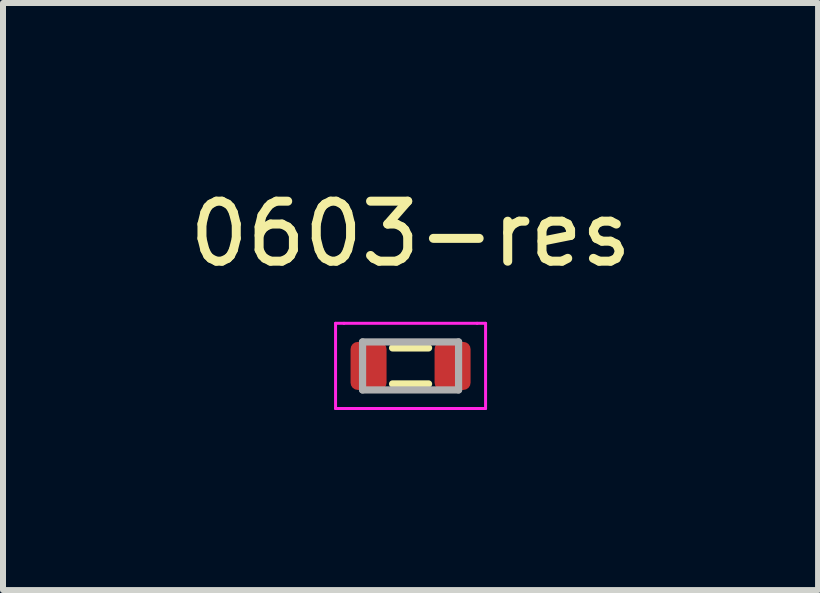
<source format=kicad_pcb>
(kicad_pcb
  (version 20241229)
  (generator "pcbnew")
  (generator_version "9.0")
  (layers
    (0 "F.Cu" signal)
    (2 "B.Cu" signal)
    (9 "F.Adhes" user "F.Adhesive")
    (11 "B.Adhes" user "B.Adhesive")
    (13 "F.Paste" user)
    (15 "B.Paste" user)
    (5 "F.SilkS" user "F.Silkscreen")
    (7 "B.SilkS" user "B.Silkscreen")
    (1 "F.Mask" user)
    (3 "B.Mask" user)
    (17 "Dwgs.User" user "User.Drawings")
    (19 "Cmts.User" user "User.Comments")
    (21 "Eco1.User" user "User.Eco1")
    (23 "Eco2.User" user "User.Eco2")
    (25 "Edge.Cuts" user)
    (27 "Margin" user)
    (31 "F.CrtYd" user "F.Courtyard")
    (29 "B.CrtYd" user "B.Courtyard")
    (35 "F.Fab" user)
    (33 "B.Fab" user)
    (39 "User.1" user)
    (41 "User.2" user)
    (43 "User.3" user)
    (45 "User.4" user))
  (footprint "0603-res"
    (layer "F.Cu")
    (at 3.792 3.048)
    (property "Reference" "0603-res" (at 0 -2.2 0) (layer "F.SilkS") (effects (font (size 1 1) (thickness 0.15))))
    (attr smd)
    (fp_line (start -0.3 -0.3) (end 0.3 -0.3) (stroke (width 0.12) (type solid)) (layer "F.SilkS"))
    (fp_line (start -0.3 0.3) (end 0.3 0.3) (stroke (width 0.12) (type solid)) (layer "F.SilkS"))
    (fp_line (start -1.25 0.71) (end -1.25 -0.71) (stroke (width 0.05) (type solid)) (layer "F.CrtYd"))
    (fp_line (start -1.11 -0.71) (end -1.25 -0.71) (stroke (width 0.05) (type solid)) (layer "F.CrtYd"))
    (fp_line (start -1.11 -0.71) (end 1.11 -0.71) (stroke (width 0.05) (type solid)) (layer "F.CrtYd"))
    (fp_line (start -1.11 0.71) (end -1.25 0.71) (stroke (width 0.05) (type solid)) (layer "F.CrtYd"))
    (fp_line (start 1.11 -0.71) (end 1.25 -0.71) (stroke (width 0.05) (type solid)) (layer "F.CrtYd"))
    (fp_line (start 1.11 0.71) (end -1.11 0.71) (stroke (width 0.05) (type solid)) (layer "F.CrtYd"))
    (fp_line (start 1.11 0.71) (end 1.25 0.71) (stroke (width 0.05) (type solid)) (layer "F.CrtYd"))
    (fp_line (start 1.25 -0.71) (end 1.25 0.71) (stroke (width 0.05) (type solid)) (layer "F.CrtYd"))
    (fp_line (start -0.8 -0.4) (end -0.8 0.4) (stroke (width 0.12) (type solid)) (layer "F.Fab"))
    (fp_line (start -0.8 0.4) (end 0.8 0.4) (stroke (width 0.12) (type solid)) (layer "F.Fab"))
    (fp_line (start 0.8 -0.4) (end -0.8 -0.4) (stroke (width 0.12) (type solid)) (layer "F.Fab"))
    (fp_line (start 0.8 0.4) (end 0.8 -0.4) (stroke (width 0.12) (type solid)) (layer "F.Fab"))
    (pad "1" smd roundrect (at -0.7 0) (size 0.6 0.8) (layers "F.Cu" "F.Mask" "F.Paste") (roundrect_rratio 0.2))
    (pad "2" smd roundrect (at 0.7 0) (size 0.6 0.8) (layers "F.Cu" "F.Mask" "F.Paste") (roundrect_rratio 0.2)))
  (gr_rect
    (start -3 -3)
    (end 10.583 6.783)
    (stroke (width 0.1) (type default))
    (fill no)
    (layer "Edge.Cuts")))
</source>
